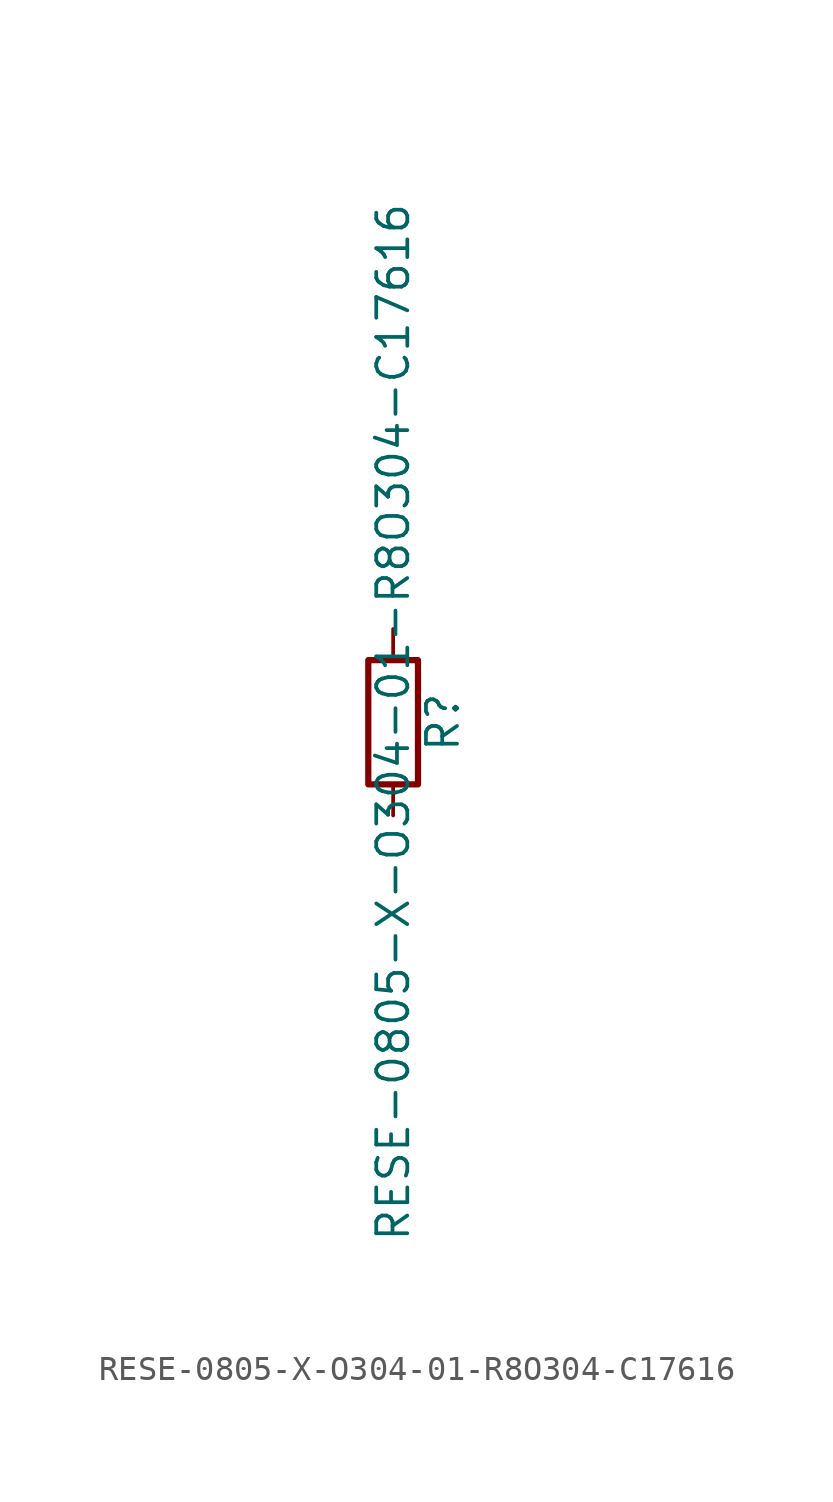
<source format=kicad_sym>
(kicad_symbol_lib
  (version 20211014)
  (generator kicad_symbol_editor)
  (symbol "RESE-0805-X-O304-01-R8O304-C17616"
    (pin_numbers hide)
    (pin_names
      (offset 0))
    (property "Reference" "R"
      (at 2.032 0 90)
      (effects (font (size 1.27 1.27))))
    (property "Value" "RESE-0805-X-O304-01-R8O304-C17616"
      (at 0 0 90)
      (effects (font (size 1.27 1.27))))
    (symbol "RESE-0805-X-O304-01-R8O304-C17616_0_1"
      (rectangle (start -1.016 -2.54) (end 1.016 2.54) (stroke (width 0.254) (type default) (color 0 0 0 0)) (fill (type none))))
    (symbol "RESE-0805-X-O304-01-R8O304-C17616_1_1"
      (pin passive line (at 0 3.81 270) (length 1.27) (name "~" (effects (font (size 1.27 1.27)))) (number "1" (effects (font (size 1.27 1.27)))))
      (pin passive line (at 0 -3.81 90) (length 1.27) (name "~" (effects (font (size 1.27 1.27)))) (number "2" (effects (font (size 1.27 1.27))))))))
</source>
